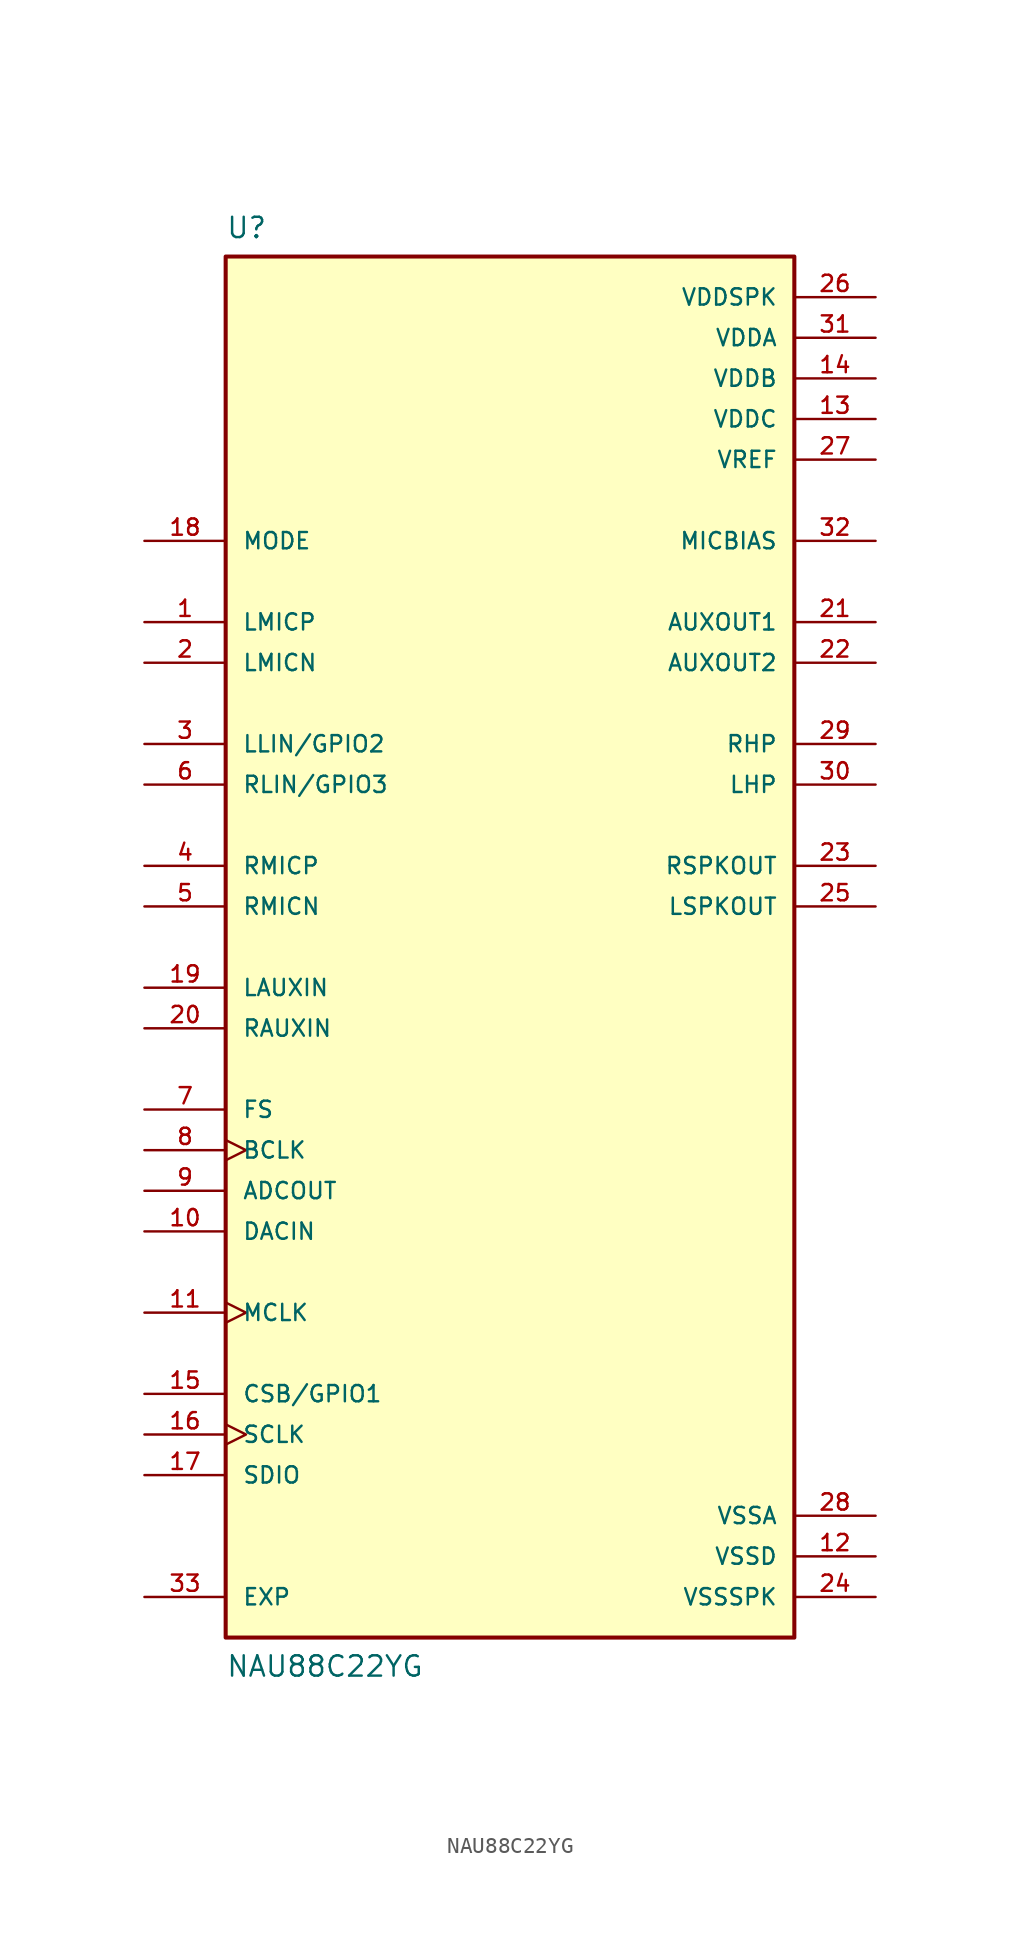
<source format=kicad_sym>
(kicad_symbol_lib
  (version 20211014)
  (generator kicad_symbol_editor)
  (symbol "NAU88C22YG"
    (pin_names
      (offset 1.016))
    (property "Reference" "U"
      (at -17.78 45.72 0)
      (effects (font (size 1.27 1.27)) (justify top left)))
    (property "Value" "NAU88C22YG"
      (at -17.78 -45.72 0)
      (effects (font (size 1.27 1.27)) (justify bottom left)))
    (symbol "NAU88C22YG_0_0"
      (rectangle (start -17.78 -43.18) (end 17.78 43.18) (stroke (width 0.254)) (fill (type background)))
      (pin input line (at -22.86 20.32 0) (length 5.08) (name "LMICP" (effects (font (size 1.016 1.016)))) (number "1" (effects (font (size 1.016 1.016)))))
      (pin input line (at -22.86 17.78 0) (length 5.08) (name "LMICN" (effects (font (size 1.016 1.016)))) (number "2" (effects (font (size 1.016 1.016)))))
      (pin bidirectional line (at -22.86 12.7 0) (length 5.08) (name "LLIN/GPIO2" (effects (font (size 1.016 1.016)))) (number "3" (effects (font (size 1.016 1.016)))))
      (pin input line (at -22.86 5.08 0) (length 5.08) (name "RMICP" (effects (font (size 1.016 1.016)))) (number "4" (effects (font (size 1.016 1.016)))))
      (pin input line (at -22.86 2.54 0) (length 5.08) (name "RMICN" (effects (font (size 1.016 1.016)))) (number "5" (effects (font (size 1.016 1.016)))))
      (pin bidirectional line (at -22.86 10.16 0) (length 5.08) (name "RLIN/GPIO3" (effects (font (size 1.016 1.016)))) (number "6" (effects (font (size 1.016 1.016)))))
      (pin bidirectional line (at -22.86 -10.16 0) (length 5.08) (name "FS" (effects (font (size 1.016 1.016)))) (number "7" (effects (font (size 1.016 1.016)))))
      (pin bidirectional clock (at -22.86 -12.7 0) (length 5.08) (name "BCLK" (effects (font (size 1.016 1.016)))) (number "8" (effects (font (size 1.016 1.016)))))
      (pin output line (at -22.86 -15.24 0) (length 5.08) (name "ADCOUT" (effects (font (size 1.016 1.016)))) (number "9" (effects (font (size 1.016 1.016)))))
      (pin input line (at -22.86 -17.78 0) (length 5.08) (name "DACIN" (effects (font (size 1.016 1.016)))) (number "10" (effects (font (size 1.016 1.016)))))
      (pin input clock (at -22.86 -22.86 0) (length 5.08) (name "MCLK" (effects (font (size 1.016 1.016)))) (number "11" (effects (font (size 1.016 1.016)))))
      (pin power_in line (at 22.86 -38.1 180.0) (length 5.08) (name "VSSD" (effects (font (size 1.016 1.016)))) (number "12" (effects (font (size 1.016 1.016)))))
      (pin power_in line (at 22.86 33.02 180.0) (length 5.08) (name "VDDC" (effects (font (size 1.016 1.016)))) (number "13" (effects (font (size 1.016 1.016)))))
      (pin power_in line (at 22.86 35.56 180.0) (length 5.08) (name "VDDB" (effects (font (size 1.016 1.016)))) (number "14" (effects (font (size 1.016 1.016)))))
      (pin bidirectional line (at -22.86 -27.94 0) (length 5.08) (name "CSB/GPIO1" (effects (font (size 1.016 1.016)))) (number "15" (effects (font (size 1.016 1.016)))))
      (pin input clock (at -22.86 -30.48 0) (length 5.08) (name "SCLK" (effects (font (size 1.016 1.016)))) (number "16" (effects (font (size 1.016 1.016)))))
      (pin bidirectional line (at -22.86 -33.02 0) (length 5.08) (name "SDIO" (effects (font (size 1.016 1.016)))) (number "17" (effects (font (size 1.016 1.016)))))
      (pin input line (at -22.86 25.4 0) (length 5.08) (name "MODE" (effects (font (size 1.016 1.016)))) (number "18" (effects (font (size 1.016 1.016)))))
      (pin input line (at -22.86 -2.54 0) (length 5.08) (name "LAUXIN" (effects (font (size 1.016 1.016)))) (number "19" (effects (font (size 1.016 1.016)))))
      (pin input line (at -22.86 -5.08 0) (length 5.08) (name "RAUXIN" (effects (font (size 1.016 1.016)))) (number "20" (effects (font (size 1.016 1.016)))))
      (pin output line (at 22.86 20.32 180.0) (length 5.08) (name "AUXOUT1" (effects (font (size 1.016 1.016)))) (number "21" (effects (font (size 1.016 1.016)))))
      (pin output line (at 22.86 17.78 180.0) (length 5.08) (name "AUXOUT2" (effects (font (size 1.016 1.016)))) (number "22" (effects (font (size 1.016 1.016)))))
      (pin output line (at 22.86 5.08 180.0) (length 5.08) (name "RSPKOUT" (effects (font (size 1.016 1.016)))) (number "23" (effects (font (size 1.016 1.016)))))
      (pin power_in line (at 22.86 -40.64 180.0) (length 5.08) (name "VSSSPK" (effects (font (size 1.016 1.016)))) (number "24" (effects (font (size 1.016 1.016)))))
      (pin output line (at 22.86 2.54 180.0) (length 5.08) (name "LSPKOUT" (effects (font (size 1.016 1.016)))) (number "25" (effects (font (size 1.016 1.016)))))
      (pin power_in line (at 22.86 40.64 180.0) (length 5.08) (name "VDDSPK" (effects (font (size 1.016 1.016)))) (number "26" (effects (font (size 1.016 1.016)))))
      (pin power_in line (at 22.86 30.48 180.0) (length 5.08) (name "VREF" (effects (font (size 1.016 1.016)))) (number "27" (effects (font (size 1.016 1.016)))))
      (pin power_in line (at 22.86 -35.56 180.0) (length 5.08) (name "VSSA" (effects (font (size 1.016 1.016)))) (number "28" (effects (font (size 1.016 1.016)))))
      (pin output line (at 22.86 12.7 180.0) (length 5.08) (name "RHP" (effects (font (size 1.016 1.016)))) (number "29" (effects (font (size 1.016 1.016)))))
      (pin output line (at 22.86 10.16 180.0) (length 5.08) (name "LHP" (effects (font (size 1.016 1.016)))) (number "30" (effects (font (size 1.016 1.016)))))
      (pin power_in line (at 22.86 38.1 180.0) (length 5.08) (name "VDDA" (effects (font (size 1.016 1.016)))) (number "31" (effects (font (size 1.016 1.016)))))
      (pin output line (at 22.86 25.4 180.0) (length 5.08) (name "MICBIAS" (effects (font (size 1.016 1.016)))) (number "32" (effects (font (size 1.016 1.016)))))
      (pin passive line (at -22.86 -40.64 0) (length 5.08) (name "EXP" (effects (font (size 1.016 1.016)))) (number "33" (effects (font (size 1.016 1.016))))))))
</source>
